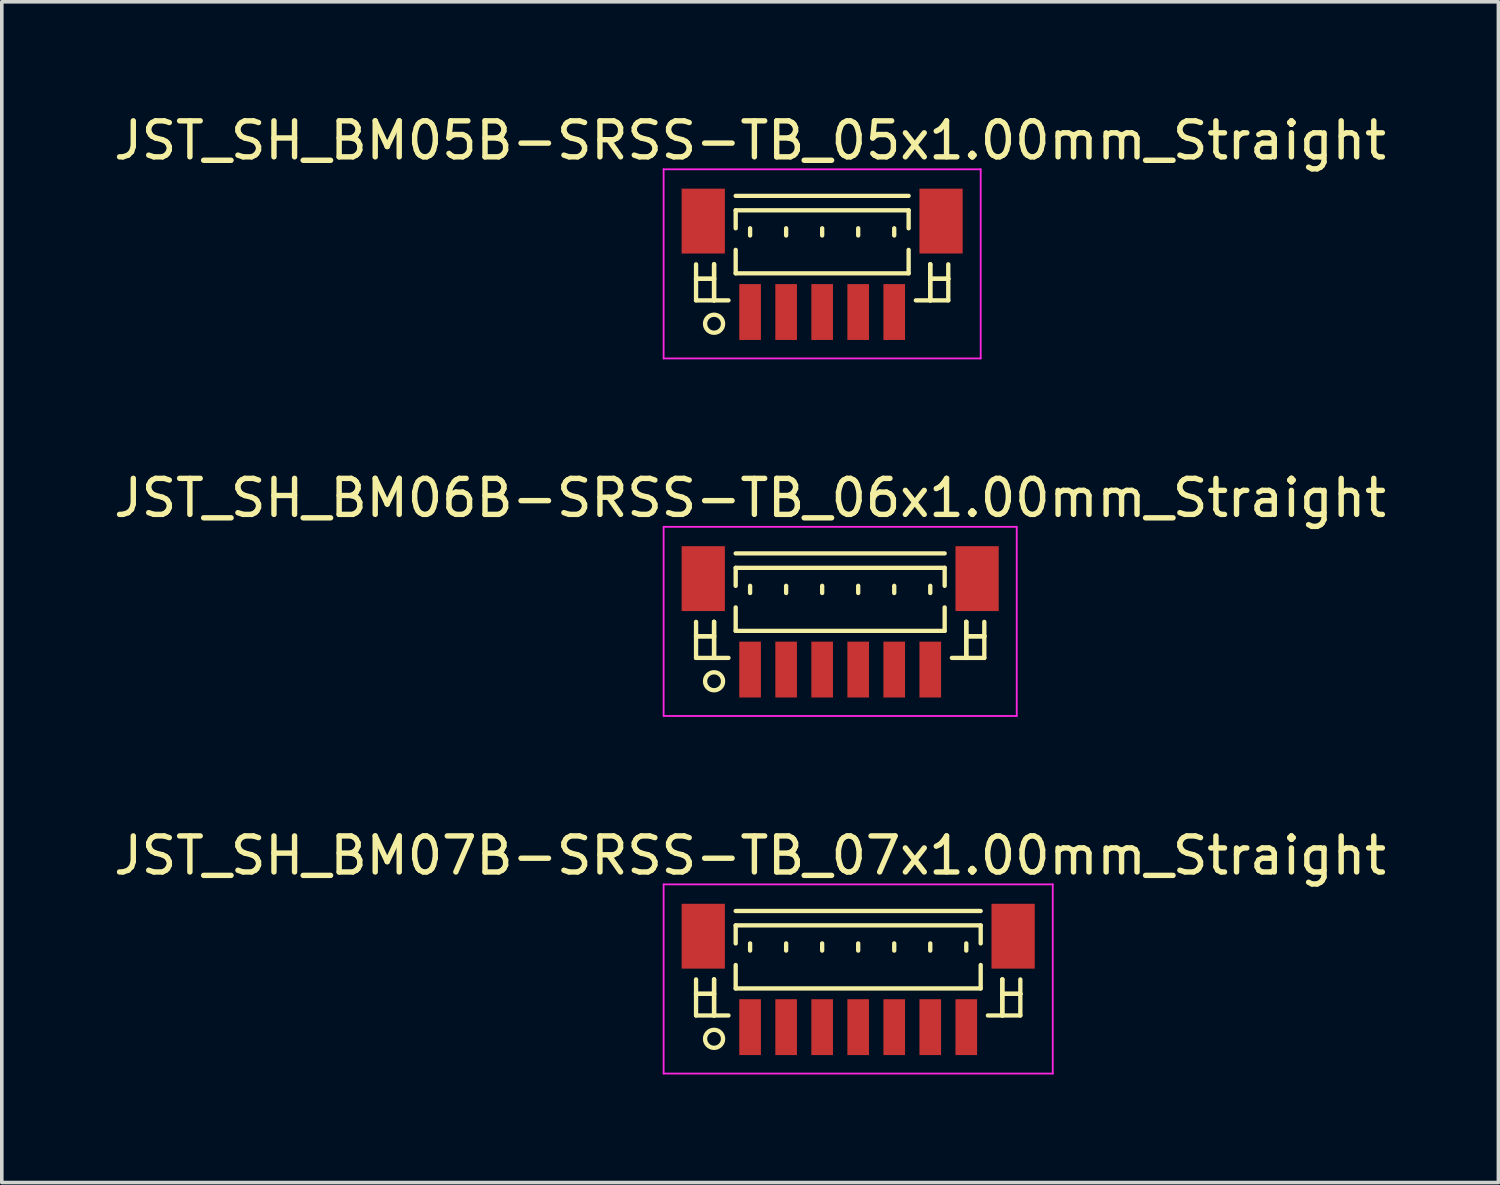
<source format=kicad_pcb>
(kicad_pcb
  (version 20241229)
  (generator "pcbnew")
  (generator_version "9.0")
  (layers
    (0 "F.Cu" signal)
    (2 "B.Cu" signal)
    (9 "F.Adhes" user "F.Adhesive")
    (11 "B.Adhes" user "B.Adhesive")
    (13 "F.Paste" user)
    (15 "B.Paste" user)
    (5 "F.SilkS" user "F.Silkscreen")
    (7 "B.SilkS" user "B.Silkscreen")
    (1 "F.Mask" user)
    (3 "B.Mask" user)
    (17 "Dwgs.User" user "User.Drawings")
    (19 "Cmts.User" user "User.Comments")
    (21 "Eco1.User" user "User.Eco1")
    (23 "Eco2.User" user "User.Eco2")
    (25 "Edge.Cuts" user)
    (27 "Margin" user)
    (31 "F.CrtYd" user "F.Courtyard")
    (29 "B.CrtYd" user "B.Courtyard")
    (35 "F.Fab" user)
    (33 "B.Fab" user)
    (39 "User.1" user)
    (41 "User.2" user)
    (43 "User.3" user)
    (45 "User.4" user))
  (footprint "JST_SH_BM05B-SRSS-TB_05x1.00mm_Straight"
    (layer "F.Cu")
    (at 19.768 4.348)
    (property "Reference" "JST_SH_BM05B-SRSS-TB_05x1.00mm_Straight" (at -2 -3.5 0) (layer "F.SilkS") (effects (font (size 1 1) (thickness 0.15))))
    (attr smd)
    (fp_line (start -3.5 -0.062) (end -3.5 0.938) (stroke (width 0.12) (type solid)) (layer "F.SilkS"))
    (fp_line (start -3.5 0.338) (end -3.5 0.338) (stroke (width 0.12) (type solid)) (layer "F.SilkS"))
    (fp_line (start -3.5 0.338) (end -3 0.338) (stroke (width 0.12) (type solid)) (layer "F.SilkS"))
    (fp_line (start -3.5 0.938) (end -2.6 0.938) (stroke (width 0.12) (type solid)) (layer "F.SilkS"))
    (fp_line (start -3 -0.062) (end -3 -0.062) (stroke (width 0.12) (type solid)) (layer "F.SilkS"))
    (fp_line (start -3 -0.062) (end -3 0.938) (stroke (width 0.12) (type solid)) (layer "F.SilkS"))
    (fp_line (start -3 0.338) (end -3.5 0.338) (stroke (width 0.12) (type solid)) (layer "F.SilkS"))
    (fp_line (start -3 0.338) (end -3 0.338) (stroke (width 0.12) (type solid)) (layer "F.SilkS"))
    (fp_line (start -3 0.938) (end -3 -0.062) (stroke (width 0.12) (type solid)) (layer "F.SilkS"))
    (fp_line (start -3 0.938) (end -3 0.938) (stroke (width 0.12) (type solid)) (layer "F.SilkS"))
    (fp_line (start -2.4 -1.962) (end 2.4 -1.962) (stroke (width 0.12) (type solid)) (layer "F.SilkS"))
    (fp_line (start -2.4 -1.562) (end 2.4 -1.562) (stroke (width 0.12) (type solid)) (layer "F.SilkS"))
    (fp_line (start -2.4 -1.062) (end -2.4 -1.562) (stroke (width 0.12) (type solid)) (layer "F.SilkS"))
    (fp_line (start -2.4 -0.463) (end -2.4 0.188) (stroke (width 0.12) (type solid)) (layer "F.SilkS"))
    (fp_line (start -2.4 0.188) (end 2.4 0.188) (stroke (width 0.12) (type solid)) (layer "F.SilkS"))
    (fp_line (start -2 -1.062) (end -2 -0.863) (stroke (width 0.12) (type solid)) (layer "F.SilkS"))
    (fp_line (start -1 -1.062) (end -1 -0.863) (stroke (width 0.12) (type solid)) (layer "F.SilkS"))
    (fp_line (start 0 -1.062) (end 0 -0.863) (stroke (width 0.12) (type solid)) (layer "F.SilkS"))
    (fp_line (start 1 -1.062) (end 1 -0.863) (stroke (width 0.12) (type solid)) (layer "F.SilkS"))
    (fp_line (start 2 -1.062) (end 2 -0.863) (stroke (width 0.12) (type solid)) (layer "F.SilkS"))
    (fp_line (start 2.4 -1.562) (end 2.4 -1.062) (stroke (width 0.12) (type solid)) (layer "F.SilkS"))
    (fp_line (start 2.4 0.188) (end 2.4 -0.463) (stroke (width 0.12) (type solid)) (layer "F.SilkS"))
    (fp_line (start 3 -0.062) (end 3 -0.062) (stroke (width 0.12) (type solid)) (layer "F.SilkS"))
    (fp_line (start 3 -0.062) (end 3 0.938) (stroke (width 0.12) (type solid)) (layer "F.SilkS"))
    (fp_line (start 3 0.338) (end 3 0.338) (stroke (width 0.12) (type solid)) (layer "F.SilkS"))
    (fp_line (start 3 0.338) (end 3.5 0.338) (stroke (width 0.12) (type solid)) (layer "F.SilkS"))
    (fp_line (start 3 0.938) (end 3 -0.062) (stroke (width 0.12) (type solid)) (layer "F.SilkS"))
    (fp_line (start 3 0.938) (end 3 0.938) (stroke (width 0.12) (type solid)) (layer "F.SilkS"))
    (fp_line (start 3.5 -0.062) (end 3.5 0.938) (stroke (width 0.12) (type solid)) (layer "F.SilkS"))
    (fp_line (start 3.5 0.338) (end 3 0.338) (stroke (width 0.12) (type solid)) (layer "F.SilkS"))
    (fp_line (start 3.5 0.338) (end 3.5 0.338) (stroke (width 0.12) (type solid)) (layer "F.SilkS"))
    (fp_line (start 3.5 0.938) (end 2.6 0.938) (stroke (width 0.12) (type solid)) (layer "F.SilkS"))
    (fp_circle (center -3 1.587) (end -2.75 1.587) (stroke (width 0.12) (type solid)) (fill no) (layer "F.SilkS"))
    (fp_line (start -4.4 -2.7) (end 4.4 -2.7) (stroke (width 0.05) (type solid)) (layer "F.CrtYd"))
    (fp_line (start -4.4 2.55) (end -4.4 -2.7) (stroke (width 0.05) (type solid)) (layer "F.CrtYd"))
    (fp_line (start 4.4 -2.7) (end 4.4 2.55) (stroke (width 0.05) (type solid)) (layer "F.CrtYd"))
    (fp_line (start 4.4 2.55) (end -4.4 2.55) (stroke (width 0.05) (type solid)) (layer "F.CrtYd"))
    (pad "" smd rect (at -3.3 -1.262) (size 1.2 1.8) (layers "F.Cu" "F.Mask" "F.Paste"))
    (pad "" smd rect (at 3.3 -1.262) (size 1.2 1.8) (layers "F.Cu" "F.Mask" "F.Paste"))
    (pad "1" smd rect (at -2 1.262) (size 0.6 1.55) (layers "F.Cu" "F.Mask" "F.Paste"))
    (pad "2" smd rect (at -1 1.262) (size 0.6 1.55) (layers "F.Cu" "F.Mask" "F.Paste"))
    (pad "3" smd rect (at 0 1.262) (size 0.6 1.55) (layers "F.Cu" "F.Mask" "F.Paste"))
    (pad "4" smd rect (at 1 1.262) (size 0.6 1.55) (layers "F.Cu" "F.Mask" "F.Paste"))
    (pad "5" smd rect (at 2 1.262) (size 0.6 1.55) (layers "F.Cu" "F.Mask" "F.Paste")))
  (footprint "JST_SH_BM07B-SRSS-TB_07x1.00mm_Straight"
    (layer "F.Cu")
    (at 20.768 24.195)
    (property "Reference" "JST_SH_BM07B-SRSS-TB_07x1.00mm_Straight" (at -3 -3.5 0) (layer "F.SilkS") (effects (font (size 1 1) (thickness 0.15))))
    (attr smd)
    (fp_line (start -4.5 -0.062) (end -4.5 0.938) (stroke (width 0.12) (type solid)) (layer "F.SilkS"))
    (fp_line (start -4.5 0.338) (end -4.5 0.338) (stroke (width 0.12) (type solid)) (layer "F.SilkS"))
    (fp_line (start -4.5 0.338) (end -4 0.338) (stroke (width 0.12) (type solid)) (layer "F.SilkS"))
    (fp_line (start -4.5 0.938) (end -3.6 0.938) (stroke (width 0.12) (type solid)) (layer "F.SilkS"))
    (fp_line (start -4 -0.062) (end -4 -0.062) (stroke (width 0.12) (type solid)) (layer "F.SilkS"))
    (fp_line (start -4 -0.062) (end -4 0.938) (stroke (width 0.12) (type solid)) (layer "F.SilkS"))
    (fp_line (start -4 0.338) (end -4.5 0.338) (stroke (width 0.12) (type solid)) (layer "F.SilkS"))
    (fp_line (start -4 0.338) (end -4 0.338) (stroke (width 0.12) (type solid)) (layer "F.SilkS"))
    (fp_line (start -4 0.938) (end -4 -0.062) (stroke (width 0.12) (type solid)) (layer "F.SilkS"))
    (fp_line (start -4 0.938) (end -4 0.938) (stroke (width 0.12) (type solid)) (layer "F.SilkS"))
    (fp_line (start -3.4 -1.962) (end 3.4 -1.962) (stroke (width 0.12) (type solid)) (layer "F.SilkS"))
    (fp_line (start -3.4 -1.562) (end 3.4 -1.562) (stroke (width 0.12) (type solid)) (layer "F.SilkS"))
    (fp_line (start -3.4 -1.062) (end -3.4 -1.562) (stroke (width 0.12) (type solid)) (layer "F.SilkS"))
    (fp_line (start -3.4 -0.463) (end -3.4 0.188) (stroke (width 0.12) (type solid)) (layer "F.SilkS"))
    (fp_line (start -3.4 0.188) (end 3.4 0.188) (stroke (width 0.12) (type solid)) (layer "F.SilkS"))
    (fp_line (start -3 -1.062) (end -3 -0.863) (stroke (width 0.12) (type solid)) (layer "F.SilkS"))
    (fp_line (start -2 -1.062) (end -2 -0.863) (stroke (width 0.12) (type solid)) (layer "F.SilkS"))
    (fp_line (start -1 -1.062) (end -1 -0.863) (stroke (width 0.12) (type solid)) (layer "F.SilkS"))
    (fp_line (start 0 -1.062) (end 0 -0.863) (stroke (width 0.12) (type solid)) (layer "F.SilkS"))
    (fp_line (start 1 -1.062) (end 1 -0.863) (stroke (width 0.12) (type solid)) (layer "F.SilkS"))
    (fp_line (start 2 -1.062) (end 2 -0.863) (stroke (width 0.12) (type solid)) (layer "F.SilkS"))
    (fp_line (start 3 -1.062) (end 3 -0.863) (stroke (width 0.12) (type solid)) (layer "F.SilkS"))
    (fp_line (start 3.4 -1.562) (end 3.4 -1.062) (stroke (width 0.12) (type solid)) (layer "F.SilkS"))
    (fp_line (start 3.4 0.188) (end 3.4 -0.463) (stroke (width 0.12) (type solid)) (layer "F.SilkS"))
    (fp_line (start 4 -0.062) (end 4 -0.062) (stroke (width 0.12) (type solid)) (layer "F.SilkS"))
    (fp_line (start 4 -0.062) (end 4 0.938) (stroke (width 0.12) (type solid)) (layer "F.SilkS"))
    (fp_line (start 4 0.338) (end 4 0.338) (stroke (width 0.12) (type solid)) (layer "F.SilkS"))
    (fp_line (start 4 0.338) (end 4.5 0.338) (stroke (width 0.12) (type solid)) (layer "F.SilkS"))
    (fp_line (start 4 0.938) (end 4 -0.062) (stroke (width 0.12) (type solid)) (layer "F.SilkS"))
    (fp_line (start 4 0.938) (end 4 0.938) (stroke (width 0.12) (type solid)) (layer "F.SilkS"))
    (fp_line (start 4.5 -0.062) (end 4.5 0.938) (stroke (width 0.12) (type solid)) (layer "F.SilkS"))
    (fp_line (start 4.5 0.338) (end 4 0.338) (stroke (width 0.12) (type solid)) (layer "F.SilkS"))
    (fp_line (start 4.5 0.338) (end 4.5 0.338) (stroke (width 0.12) (type solid)) (layer "F.SilkS"))
    (fp_line (start 4.5 0.938) (end 3.6 0.938) (stroke (width 0.12) (type solid)) (layer "F.SilkS"))
    (fp_circle (center -4 1.587) (end -3.75 1.587) (stroke (width 0.12) (type solid)) (fill no) (layer "F.SilkS"))
    (fp_line (start -5.4 -2.7) (end 5.4 -2.7) (stroke (width 0.05) (type solid)) (layer "F.CrtYd"))
    (fp_line (start -5.4 2.55) (end -5.4 -2.7) (stroke (width 0.05) (type solid)) (layer "F.CrtYd"))
    (fp_line (start 5.4 -2.7) (end 5.4 2.55) (stroke (width 0.05) (type solid)) (layer "F.CrtYd"))
    (fp_line (start 5.4 2.55) (end -5.4 2.55) (stroke (width 0.05) (type solid)) (layer "F.CrtYd"))
    (pad "" smd rect (at -4.3 -1.262) (size 1.2 1.8) (layers "F.Cu" "F.Mask" "F.Paste"))
    (pad "" smd rect (at 4.3 -1.262) (size 1.2 1.8) (layers "F.Cu" "F.Mask" "F.Paste"))
    (pad "1" smd rect (at -3 1.262) (size 0.6 1.55) (layers "F.Cu" "F.Mask" "F.Paste"))
    (pad "2" smd rect (at -2 1.262) (size 0.6 1.55) (layers "F.Cu" "F.Mask" "F.Paste"))
    (pad "3" smd rect (at -1 1.262) (size 0.6 1.55) (layers "F.Cu" "F.Mask" "F.Paste"))
    (pad "4" smd rect (at 0 1.262) (size 0.6 1.55) (layers "F.Cu" "F.Mask" "F.Paste"))
    (pad "5" smd rect (at 1 1.262) (size 0.6 1.55) (layers "F.Cu" "F.Mask" "F.Paste"))
    (pad "6" smd rect (at 2 1.262) (size 0.6 1.55) (layers "F.Cu" "F.Mask" "F.Paste"))
    (pad "7" smd rect (at 3 1.262) (size 0.6 1.55) (layers "F.Cu" "F.Mask" "F.Paste")))
  (footprint "JST_SH_BM06B-SRSS-TB_06x1.00mm_Straight"
    (layer "F.Cu")
    (at 20.268 14.271)
    (property "Reference" "JST_SH_BM06B-SRSS-TB_06x1.00mm_Straight" (at -2.5 -3.5 0) (layer "F.SilkS") (effects (font (size 1 1) (thickness 0.15))))
    (attr smd)
    (fp_line (start -4 -0.062) (end -4 0.938) (stroke (width 0.12) (type solid)) (layer "F.SilkS"))
    (fp_line (start -4 0.338) (end -4 0.338) (stroke (width 0.12) (type solid)) (layer "F.SilkS"))
    (fp_line (start -4 0.338) (end -3.5 0.338) (stroke (width 0.12) (type solid)) (layer "F.SilkS"))
    (fp_line (start -4 0.938) (end -3.1 0.938) (stroke (width 0.12) (type solid)) (layer "F.SilkS"))
    (fp_line (start -3.5 -0.062) (end -3.5 -0.062) (stroke (width 0.12) (type solid)) (layer "F.SilkS"))
    (fp_line (start -3.5 -0.062) (end -3.5 0.938) (stroke (width 0.12) (type solid)) (layer "F.SilkS"))
    (fp_line (start -3.5 0.338) (end -4 0.338) (stroke (width 0.12) (type solid)) (layer "F.SilkS"))
    (fp_line (start -3.5 0.338) (end -3.5 0.338) (stroke (width 0.12) (type solid)) (layer "F.SilkS"))
    (fp_line (start -3.5 0.938) (end -3.5 -0.062) (stroke (width 0.12) (type solid)) (layer "F.SilkS"))
    (fp_line (start -3.5 0.938) (end -3.5 0.938) (stroke (width 0.12) (type solid)) (layer "F.SilkS"))
    (fp_line (start -2.9 -1.962) (end 2.9 -1.962) (stroke (width 0.12) (type solid)) (layer "F.SilkS"))
    (fp_line (start -2.9 -1.562) (end 2.9 -1.562) (stroke (width 0.12) (type solid)) (layer "F.SilkS"))
    (fp_line (start -2.9 -1.062) (end -2.9 -1.562) (stroke (width 0.12) (type solid)) (layer "F.SilkS"))
    (fp_line (start -2.9 -0.463) (end -2.9 0.188) (stroke (width 0.12) (type solid)) (layer "F.SilkS"))
    (fp_line (start -2.9 0.188) (end 2.9 0.188) (stroke (width 0.12) (type solid)) (layer "F.SilkS"))
    (fp_line (start -2.5 -1.062) (end -2.5 -0.863) (stroke (width 0.12) (type solid)) (layer "F.SilkS"))
    (fp_line (start -1.5 -1.062) (end -1.5 -0.863) (stroke (width 0.12) (type solid)) (layer "F.SilkS"))
    (fp_line (start -0.5 -1.062) (end -0.5 -0.863) (stroke (width 0.12) (type solid)) (layer "F.SilkS"))
    (fp_line (start 0.5 -1.062) (end 0.5 -0.863) (stroke (width 0.12) (type solid)) (layer "F.SilkS"))
    (fp_line (start 1.5 -1.062) (end 1.5 -0.863) (stroke (width 0.12) (type solid)) (layer "F.SilkS"))
    (fp_line (start 2.5 -1.062) (end 2.5 -0.863) (stroke (width 0.12) (type solid)) (layer "F.SilkS"))
    (fp_line (start 2.9 -1.562) (end 2.9 -1.062) (stroke (width 0.12) (type solid)) (layer "F.SilkS"))
    (fp_line (start 2.9 0.188) (end 2.9 -0.463) (stroke (width 0.12) (type solid)) (layer "F.SilkS"))
    (fp_line (start 3.5 -0.062) (end 3.5 -0.062) (stroke (width 0.12) (type solid)) (layer "F.SilkS"))
    (fp_line (start 3.5 -0.062) (end 3.5 0.938) (stroke (width 0.12) (type solid)) (layer "F.SilkS"))
    (fp_line (start 3.5 0.338) (end 3.5 0.338) (stroke (width 0.12) (type solid)) (layer "F.SilkS"))
    (fp_line (start 3.5 0.338) (end 4 0.338) (stroke (width 0.12) (type solid)) (layer "F.SilkS"))
    (fp_line (start 3.5 0.938) (end 3.5 -0.062) (stroke (width 0.12) (type solid)) (layer "F.SilkS"))
    (fp_line (start 3.5 0.938) (end 3.5 0.938) (stroke (width 0.12) (type solid)) (layer "F.SilkS"))
    (fp_line (start 4 -0.062) (end 4 0.938) (stroke (width 0.12) (type solid)) (layer "F.SilkS"))
    (fp_line (start 4 0.338) (end 3.5 0.338) (stroke (width 0.12) (type solid)) (layer "F.SilkS"))
    (fp_line (start 4 0.338) (end 4 0.338) (stroke (width 0.12) (type solid)) (layer "F.SilkS"))
    (fp_line (start 4 0.938) (end 3.1 0.938) (stroke (width 0.12) (type solid)) (layer "F.SilkS"))
    (fp_circle (center -3.5 1.587) (end -3.25 1.587) (stroke (width 0.12) (type solid)) (fill no) (layer "F.SilkS"))
    (fp_line (start -4.9 -2.7) (end 4.9 -2.7) (stroke (width 0.05) (type solid)) (layer "F.CrtYd"))
    (fp_line (start -4.9 2.55) (end -4.9 -2.7) (stroke (width 0.05) (type solid)) (layer "F.CrtYd"))
    (fp_line (start 4.9 -2.7) (end 4.9 2.55) (stroke (width 0.05) (type solid)) (layer "F.CrtYd"))
    (fp_line (start 4.9 2.55) (end -4.9 2.55) (stroke (width 0.05) (type solid)) (layer "F.CrtYd"))
    (pad "" smd rect (at -3.8 -1.262) (size 1.2 1.8) (layers "F.Cu" "F.Mask" "F.Paste"))
    (pad "" smd rect (at 3.8 -1.262) (size 1.2 1.8) (layers "F.Cu" "F.Mask" "F.Paste"))
    (pad "1" smd rect (at -2.5 1.262) (size 0.6 1.55) (layers "F.Cu" "F.Mask" "F.Paste"))
    (pad "2" smd rect (at -1.5 1.262) (size 0.6 1.55) (layers "F.Cu" "F.Mask" "F.Paste"))
    (pad "3" smd rect (at -0.5 1.262) (size 0.6 1.55) (layers "F.Cu" "F.Mask" "F.Paste"))
    (pad "4" smd rect (at 0.5 1.262) (size 0.6 1.55) (layers "F.Cu" "F.Mask" "F.Paste"))
    (pad "5" smd rect (at 1.5 1.262) (size 0.6 1.55) (layers "F.Cu" "F.Mask" "F.Paste"))
    (pad "6" smd rect (at 2.5 1.262) (size 0.6 1.55) (layers "F.Cu" "F.Mask" "F.Paste")))
  (gr_rect
    (start -3 -3)
    (end 38.536 29.77)
    (stroke (width 0.1) (type default))
    (fill no)
    (layer "Edge.Cuts")))
</source>
